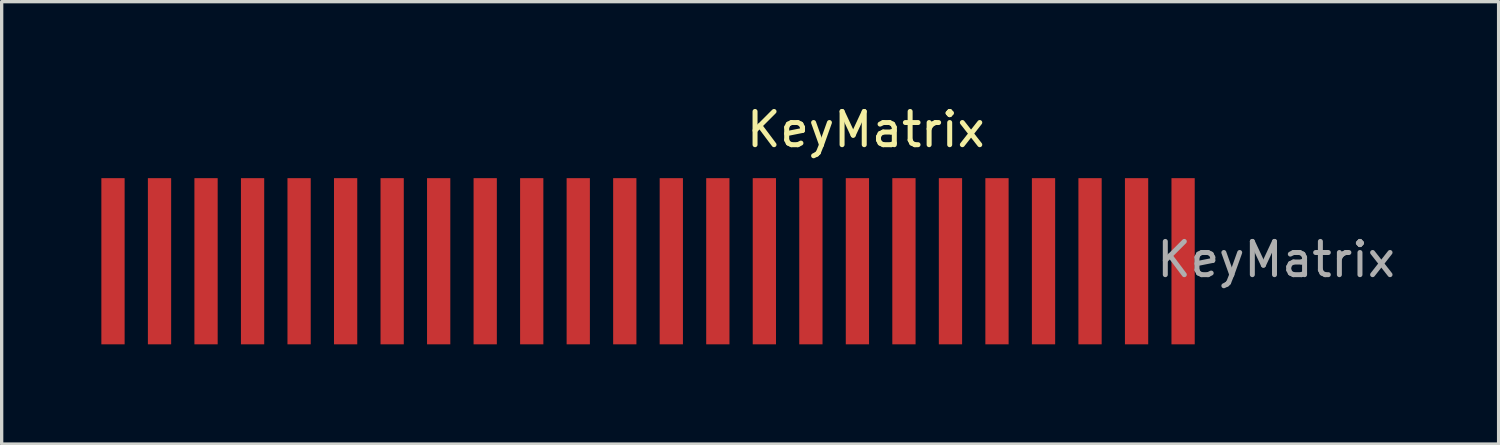
<source format=kicad_pcb>
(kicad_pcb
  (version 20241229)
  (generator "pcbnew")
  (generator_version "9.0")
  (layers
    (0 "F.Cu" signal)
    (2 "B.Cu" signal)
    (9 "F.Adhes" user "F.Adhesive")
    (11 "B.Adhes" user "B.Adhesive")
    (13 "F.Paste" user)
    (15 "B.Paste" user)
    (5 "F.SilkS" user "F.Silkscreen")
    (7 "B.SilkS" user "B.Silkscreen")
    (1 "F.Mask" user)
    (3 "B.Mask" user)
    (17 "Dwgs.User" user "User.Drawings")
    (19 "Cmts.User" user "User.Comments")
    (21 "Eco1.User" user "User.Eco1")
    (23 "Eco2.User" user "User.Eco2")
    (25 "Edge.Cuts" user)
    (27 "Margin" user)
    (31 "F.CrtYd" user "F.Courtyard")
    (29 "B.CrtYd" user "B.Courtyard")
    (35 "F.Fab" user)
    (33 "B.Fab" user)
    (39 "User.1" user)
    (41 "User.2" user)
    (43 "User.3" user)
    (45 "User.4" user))
  (footprint "KeyMatrix"
    (layer "F.Cu")
    (at 16.45 4.811)
    (property "Reference" "KeyMatrix" (at 6.553 -3.962 0) (layer "F.SilkS") (effects (font (size 1 1) (thickness 0.15))))
    (attr exclude_from_pos_files exclude_from_bom)
    (fp_text user "${REFERENCE}" (at 18.898 -0.051 0) (layer "F.Fab") (effects (font (size 1 1) (thickness 0.15))))
    (pad "1" connect rect (at -16.1 0) (size 0.7 5) (layers "F.Cu" "F.Mask"))
    (pad "2" connect rect (at -14.7 0) (size 0.7 5) (layers "F.Cu" "F.Mask"))
    (pad "3" connect rect (at -13.3 0) (size 0.7 5) (layers "F.Cu" "F.Mask"))
    (pad "4" connect rect (at -11.9 0) (size 0.7 5) (layers "F.Cu" "F.Mask"))
    (pad "5" connect rect (at -10.5 0) (size 0.7 5) (layers "F.Cu" "F.Mask"))
    (pad "6" connect rect (at -9.1 0) (size 0.7 5) (layers "F.Cu" "F.Mask"))
    (pad "7" connect rect (at -7.7 0) (size 0.7 5) (layers "F.Cu" "F.Mask"))
    (pad "8" connect rect (at -6.3 0) (size 0.7 5) (layers "F.Cu" "F.Mask"))
    (pad "9" connect rect (at -4.9 0) (size 0.7 5) (layers "F.Cu" "F.Mask"))
    (pad "10" connect rect (at -3.5 0) (size 0.7 5) (layers "F.Cu" "F.Mask"))
    (pad "11" connect rect (at -2.1 0) (size 0.7 5) (layers "F.Cu" "F.Mask"))
    (pad "12" connect rect (at -0.7 0) (size 0.7 5) (layers "F.Cu" "F.Mask"))
    (pad "13" connect rect (at 0.7 0) (size 0.7 5) (layers "F.Cu" "F.Mask"))
    (pad "14" connect rect (at 2.1 0) (size 0.7 5) (layers "F.Cu" "F.Mask"))
    (pad "15" connect rect (at 3.5 0) (size 0.7 5) (layers "F.Cu" "F.Mask"))
    (pad "16" connect rect (at 4.9 0) (size 0.7 5) (layers "F.Cu" "F.Mask"))
    (pad "17" connect rect (at 6.3 0) (size 0.7 5) (layers "F.Cu" "F.Mask"))
    (pad "18" connect rect (at 7.7 0) (size 0.7 5) (layers "F.Cu" "F.Mask"))
    (pad "19" connect rect (at 9.1 0) (size 0.7 5) (layers "F.Cu" "F.Mask"))
    (pad "20" connect rect (at 10.5 0) (size 0.7 5) (layers "F.Cu" "F.Mask"))
    (pad "21" connect rect (at 11.9 0) (size 0.7 5) (layers "F.Cu" "F.Mask"))
    (pad "22" connect rect (at 13.3 0) (size 0.7 5) (layers "F.Cu" "F.Mask"))
    (pad "23" connect rect (at 14.7 0) (size 0.7 5) (layers "F.Cu" "F.Mask"))
    (pad "24" connect rect (at 16.1 0) (size 0.7 5) (layers "F.Cu" "F.Mask")))
  (gr_rect
    (start -3 -3)
    (end 42.044 10.311)
    (stroke (width 0.1) (type default))
    (fill no)
    (layer "Edge.Cuts")))
</source>
